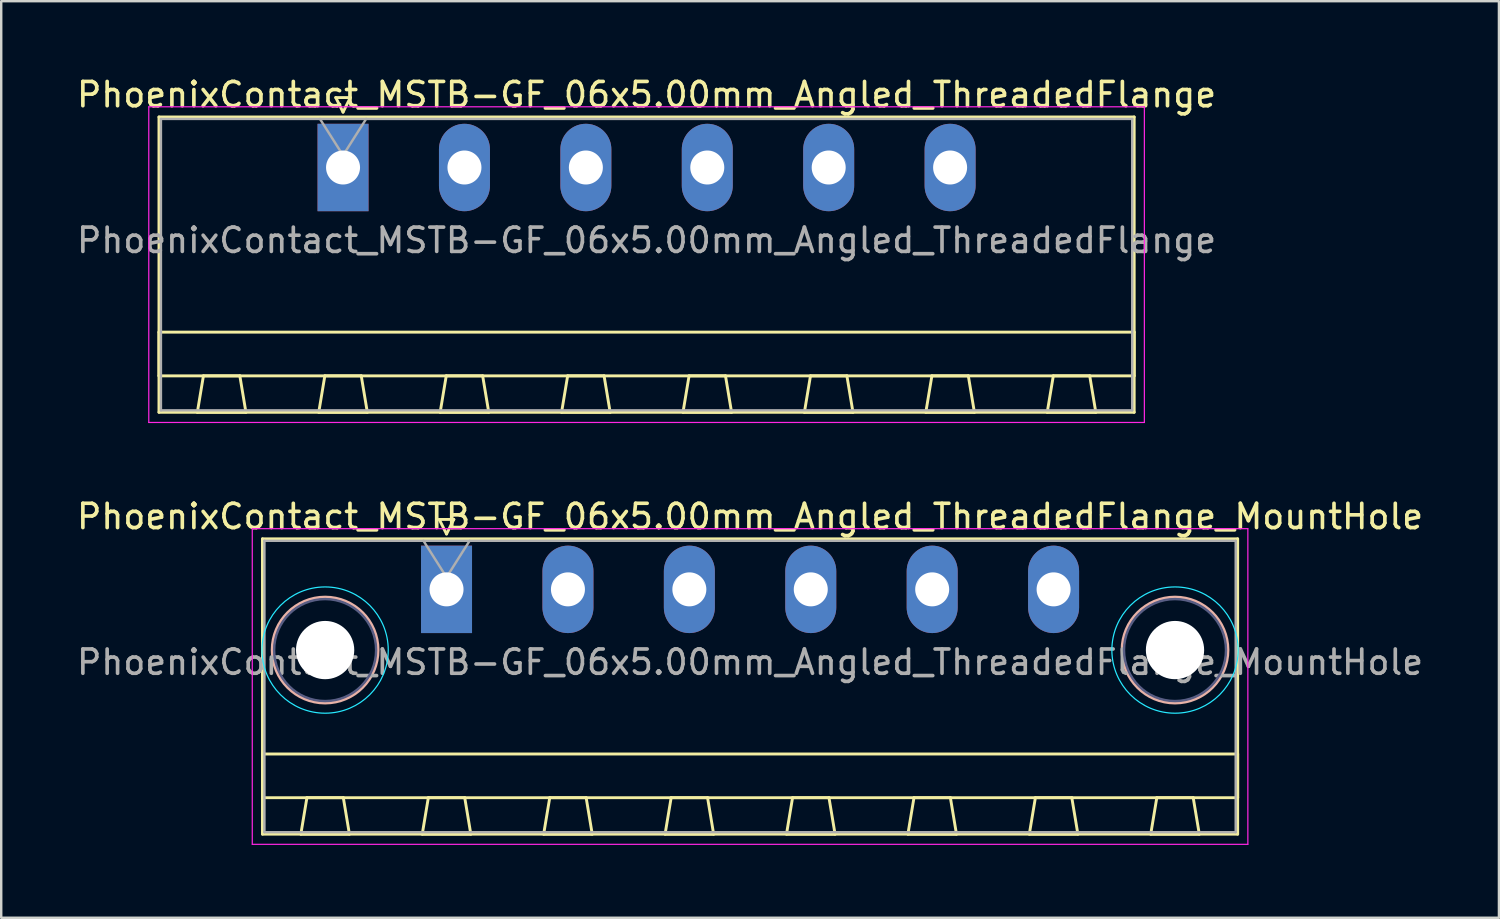
<source format=kicad_pcb>
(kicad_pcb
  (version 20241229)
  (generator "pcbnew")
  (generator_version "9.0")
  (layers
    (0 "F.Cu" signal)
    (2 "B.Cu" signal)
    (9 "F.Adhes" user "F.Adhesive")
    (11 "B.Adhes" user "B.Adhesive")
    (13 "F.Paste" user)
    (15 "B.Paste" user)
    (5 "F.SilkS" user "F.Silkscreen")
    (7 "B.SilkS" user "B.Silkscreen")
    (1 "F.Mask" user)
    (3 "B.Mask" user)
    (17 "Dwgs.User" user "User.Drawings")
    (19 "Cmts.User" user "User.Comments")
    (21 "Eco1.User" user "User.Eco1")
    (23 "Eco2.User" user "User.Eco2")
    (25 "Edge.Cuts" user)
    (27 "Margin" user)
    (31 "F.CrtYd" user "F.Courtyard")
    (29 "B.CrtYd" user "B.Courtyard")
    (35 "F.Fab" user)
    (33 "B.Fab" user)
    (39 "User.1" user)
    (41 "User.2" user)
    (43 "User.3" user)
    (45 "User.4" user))
  (footprint "PhoenixContact_MSTB-GF_06x5.00mm_Angled_ThreadedFlange_MountHole"
    (layer "F.Cu")
    (at 15.339 21.221)
    (property "Reference" "PhoenixContact_MSTB-GF_06x5.00mm_Angled_ThreadedFlange_MountHole" (at 12.5 -3 0) (layer "F.SilkS") (effects (font (size 1 1) (thickness 0.15))))
    (attr through_hole)
    (fp_line (start -7.58 -2.08) (end -7.58 10.08) (stroke (width 0.12) (type solid)) (layer "F.SilkS"))
    (fp_line (start -7.58 6.78) (end 32.58 6.78) (stroke (width 0.12) (type solid)) (layer "F.SilkS"))
    (fp_line (start -7.58 8.58) (end -7.58 6.78) (stroke (width 0.12) (type solid)) (layer "F.SilkS"))
    (fp_line (start -7.58 10.08) (end 32.58 10.08) (stroke (width 0.12) (type solid)) (layer "F.SilkS"))
    (fp_line (start -6 10.08) (end -4 10.08) (stroke (width 0.12) (type solid)) (layer "F.SilkS"))
    (fp_line (start -5.75 8.58) (end -6 10.08) (stroke (width 0.12) (type solid)) (layer "F.SilkS"))
    (fp_line (start -4.25 8.58) (end -5.75 8.58) (stroke (width 0.12) (type solid)) (layer "F.SilkS"))
    (fp_line (start -4 10.08) (end -4.25 8.58) (stroke (width 0.12) (type solid)) (layer "F.SilkS"))
    (fp_line (start -1 10.08) (end 1 10.08) (stroke (width 0.12) (type solid)) (layer "F.SilkS"))
    (fp_line (start -0.75 8.58) (end -1 10.08) (stroke (width 0.12) (type solid)) (layer "F.SilkS"))
    (fp_line (start -0.3 -2.88) (end 0.3 -2.88) (stroke (width 0.12) (type solid)) (layer "F.SilkS"))
    (fp_line (start 0 -2.28) (end -0.3 -2.88) (stroke (width 0.12) (type solid)) (layer "F.SilkS"))
    (fp_line (start 0.3 -2.88) (end 0 -2.28) (stroke (width 0.12) (type solid)) (layer "F.SilkS"))
    (fp_line (start 0.75 8.58) (end -0.75 8.58) (stroke (width 0.12) (type solid)) (layer "F.SilkS"))
    (fp_line (start 1 10.08) (end 0.75 8.58) (stroke (width 0.12) (type solid)) (layer "F.SilkS"))
    (fp_line (start 4 10.08) (end 6 10.08) (stroke (width 0.12) (type solid)) (layer "F.SilkS"))
    (fp_line (start 4.25 8.58) (end 4 10.08) (stroke (width 0.12) (type solid)) (layer "F.SilkS"))
    (fp_line (start 5.75 8.58) (end 4.25 8.58) (stroke (width 0.12) (type solid)) (layer "F.SilkS"))
    (fp_line (start 6 10.08) (end 5.75 8.58) (stroke (width 0.12) (type solid)) (layer "F.SilkS"))
    (fp_line (start 9 10.08) (end 11 10.08) (stroke (width 0.12) (type solid)) (layer "F.SilkS"))
    (fp_line (start 9.25 8.58) (end 9 10.08) (stroke (width 0.12) (type solid)) (layer "F.SilkS"))
    (fp_line (start 10.75 8.58) (end 9.25 8.58) (stroke (width 0.12) (type solid)) (layer "F.SilkS"))
    (fp_line (start 11 10.08) (end 10.75 8.58) (stroke (width 0.12) (type solid)) (layer "F.SilkS"))
    (fp_line (start 14 10.08) (end 16 10.08) (stroke (width 0.12) (type solid)) (layer "F.SilkS"))
    (fp_line (start 14.25 8.58) (end 14 10.08) (stroke (width 0.12) (type solid)) (layer "F.SilkS"))
    (fp_line (start 15.75 8.58) (end 14.25 8.58) (stroke (width 0.12) (type solid)) (layer "F.SilkS"))
    (fp_line (start 16 10.08) (end 15.75 8.58) (stroke (width 0.12) (type solid)) (layer "F.SilkS"))
    (fp_line (start 19 10.08) (end 21 10.08) (stroke (width 0.12) (type solid)) (layer "F.SilkS"))
    (fp_line (start 19.25 8.58) (end 19 10.08) (stroke (width 0.12) (type solid)) (layer "F.SilkS"))
    (fp_line (start 20.75 8.58) (end 19.25 8.58) (stroke (width 0.12) (type solid)) (layer "F.SilkS"))
    (fp_line (start 21 10.08) (end 20.75 8.58) (stroke (width 0.12) (type solid)) (layer "F.SilkS"))
    (fp_line (start 24 10.08) (end 26 10.08) (stroke (width 0.12) (type solid)) (layer "F.SilkS"))
    (fp_line (start 24.25 8.58) (end 24 10.08) (stroke (width 0.12) (type solid)) (layer "F.SilkS"))
    (fp_line (start 25.75 8.58) (end 24.25 8.58) (stroke (width 0.12) (type solid)) (layer "F.SilkS"))
    (fp_line (start 26 10.08) (end 25.75 8.58) (stroke (width 0.12) (type solid)) (layer "F.SilkS"))
    (fp_line (start 29 10.08) (end 31 10.08) (stroke (width 0.12) (type solid)) (layer "F.SilkS"))
    (fp_line (start 29.25 8.58) (end 29 10.08) (stroke (width 0.12) (type solid)) (layer "F.SilkS"))
    (fp_line (start 30.75 8.58) (end 29.25 8.58) (stroke (width 0.12) (type solid)) (layer "F.SilkS"))
    (fp_line (start 31 10.08) (end 30.75 8.58) (stroke (width 0.12) (type solid)) (layer "F.SilkS"))
    (fp_line (start 32.58 -2.08) (end -7.58 -2.08) (stroke (width 0.12) (type solid)) (layer "F.SilkS"))
    (fp_line (start 32.58 6.78) (end 32.58 8.58) (stroke (width 0.12) (type solid)) (layer "F.SilkS"))
    (fp_line (start 32.58 8.58) (end -7.58 8.58) (stroke (width 0.12) (type solid)) (layer "F.SilkS"))
    (fp_line (start 32.58 10.08) (end 32.58 -2.08) (stroke (width 0.12) (type solid)) (layer "F.SilkS"))
    (fp_circle (center -5 2.5) (end -2.82 2.5) (stroke (width 0.12) (type solid)) (fill no) (layer "B.SilkS"))
    (fp_circle (center 30 2.5) (end 32.18 2.5) (stroke (width 0.12) (type solid)) (fill no) (layer "B.SilkS"))
    (fp_circle (center -5 2.5) (end -2.4 2.5) (stroke (width 0.05) (type solid)) (fill no) (layer "B.CrtYd"))
    (fp_circle (center 30 2.5) (end 32.6 2.5) (stroke (width 0.05) (type solid)) (fill no) (layer "B.CrtYd"))
    (fp_line (start -8 -2.5) (end -8 10.5) (stroke (width 0.05) (type solid)) (layer "F.CrtYd"))
    (fp_line (start -8 10.5) (end 33 10.5) (stroke (width 0.05) (type solid)) (layer "F.CrtYd"))
    (fp_line (start 33 -2.5) (end -8 -2.5) (stroke (width 0.05) (type solid)) (layer "F.CrtYd"))
    (fp_line (start 33 10.5) (end 33 -2.5) (stroke (width 0.05) (type solid)) (layer "F.CrtYd"))
    (fp_circle (center -5 2.5) (end -2.9 2.5) (stroke (width 0.1) (type solid)) (fill no) (layer "B.Fab"))
    (fp_circle (center 30 2.5) (end 32.1 2.5) (stroke (width 0.1) (type solid)) (fill no) (layer "B.Fab"))
    (fp_line (start -7.5 -2) (end -7.5 10) (stroke (width 0.1) (type solid)) (layer "F.Fab"))
    (fp_line (start -7.5 10) (end 32.5 10) (stroke (width 0.1) (type solid)) (layer "F.Fab"))
    (fp_line (start 0 -0.5) (end -0.95 -2) (stroke (width 0.1) (type solid)) (layer "F.Fab"))
    (fp_line (start 0.95 -2) (end 0 -0.5) (stroke (width 0.1) (type solid)) (layer "F.Fab"))
    (fp_line (start 32.5 -2) (end -7.5 -2) (stroke (width 0.1) (type solid)) (layer "F.Fab"))
    (fp_line (start 32.5 10) (end 32.5 -2) (stroke (width 0.1) (type solid)) (layer "F.Fab"))
    (fp_text user "${REFERENCE}" (at 12.5 3 0) (layer "F.Fab") (effects (font (size 1 1) (thickness 0.15))))
    (pad "" np_thru_hole circle (at -5 2.5) (size 2.4 2.4) (drill 2.4) (layers "*.Cu" "*.Mask"))
    (pad "" np_thru_hole circle (at 30 2.5) (size 2.4 2.4) (drill 2.4) (layers "*.Cu" "*.Mask"))
    (pad "1" thru_hole rect (at 0 0) (size 2.1 3.6) (drill 1.4) (layers "*.Cu" "*.Mask"))
    (pad "2" thru_hole oval (at 5 0) (size 2.1 3.6) (drill 1.4) (layers "*.Cu" "*.Mask"))
    (pad "3" thru_hole oval (at 10 0) (size 2.1 3.6) (drill 1.4) (layers "*.Cu" "*.Mask"))
    (pad "4" thru_hole oval (at 15 0) (size 2.1 3.6) (drill 1.4) (layers "*.Cu" "*.Mask"))
    (pad "5" thru_hole oval (at 20 0) (size 2.1 3.6) (drill 1.4) (layers "*.Cu" "*.Mask"))
    (pad "6" thru_hole oval (at 25 0) (size 2.1 3.6) (drill 1.4) (layers "*.Cu" "*.Mask")))
  (footprint "PhoenixContact_MSTB-GF_06x5.00mm_Angled_ThreadedFlange"
    (layer "F.Cu")
    (at 11.077 3.848)
    (property "Reference" "PhoenixContact_MSTB-GF_06x5.00mm_Angled_ThreadedFlange" (at 12.5 -3 0) (layer "F.SilkS") (effects (font (size 1 1) (thickness 0.15))))
    (attr through_hole)
    (fp_line (start -7.58 -2.08) (end -7.58 10.08) (stroke (width 0.12) (type solid)) (layer "F.SilkS"))
    (fp_line (start -7.58 6.78) (end 32.58 6.78) (stroke (width 0.12) (type solid)) (layer "F.SilkS"))
    (fp_line (start -7.58 8.58) (end -7.58 6.78) (stroke (width 0.12) (type solid)) (layer "F.SilkS"))
    (fp_line (start -7.58 10.08) (end 32.58 10.08) (stroke (width 0.12) (type solid)) (layer "F.SilkS"))
    (fp_line (start -6 10.08) (end -4 10.08) (stroke (width 0.12) (type solid)) (layer "F.SilkS"))
    (fp_line (start -5.75 8.58) (end -6 10.08) (stroke (width 0.12) (type solid)) (layer "F.SilkS"))
    (fp_line (start -4.25 8.58) (end -5.75 8.58) (stroke (width 0.12) (type solid)) (layer "F.SilkS"))
    (fp_line (start -4 10.08) (end -4.25 8.58) (stroke (width 0.12) (type solid)) (layer "F.SilkS"))
    (fp_line (start -1 10.08) (end 1 10.08) (stroke (width 0.12) (type solid)) (layer "F.SilkS"))
    (fp_line (start -0.75 8.58) (end -1 10.08) (stroke (width 0.12) (type solid)) (layer "F.SilkS"))
    (fp_line (start -0.3 -2.88) (end 0.3 -2.88) (stroke (width 0.12) (type solid)) (layer "F.SilkS"))
    (fp_line (start 0 -2.28) (end -0.3 -2.88) (stroke (width 0.12) (type solid)) (layer "F.SilkS"))
    (fp_line (start 0.3 -2.88) (end 0 -2.28) (stroke (width 0.12) (type solid)) (layer "F.SilkS"))
    (fp_line (start 0.75 8.58) (end -0.75 8.58) (stroke (width 0.12) (type solid)) (layer "F.SilkS"))
    (fp_line (start 1 10.08) (end 0.75 8.58) (stroke (width 0.12) (type solid)) (layer "F.SilkS"))
    (fp_line (start 4 10.08) (end 6 10.08) (stroke (width 0.12) (type solid)) (layer "F.SilkS"))
    (fp_line (start 4.25 8.58) (end 4 10.08) (stroke (width 0.12) (type solid)) (layer "F.SilkS"))
    (fp_line (start 5.75 8.58) (end 4.25 8.58) (stroke (width 0.12) (type solid)) (layer "F.SilkS"))
    (fp_line (start 6 10.08) (end 5.75 8.58) (stroke (width 0.12) (type solid)) (layer "F.SilkS"))
    (fp_line (start 9 10.08) (end 11 10.08) (stroke (width 0.12) (type solid)) (layer "F.SilkS"))
    (fp_line (start 9.25 8.58) (end 9 10.08) (stroke (width 0.12) (type solid)) (layer "F.SilkS"))
    (fp_line (start 10.75 8.58) (end 9.25 8.58) (stroke (width 0.12) (type solid)) (layer "F.SilkS"))
    (fp_line (start 11 10.08) (end 10.75 8.58) (stroke (width 0.12) (type solid)) (layer "F.SilkS"))
    (fp_line (start 14 10.08) (end 16 10.08) (stroke (width 0.12) (type solid)) (layer "F.SilkS"))
    (fp_line (start 14.25 8.58) (end 14 10.08) (stroke (width 0.12) (type solid)) (layer "F.SilkS"))
    (fp_line (start 15.75 8.58) (end 14.25 8.58) (stroke (width 0.12) (type solid)) (layer "F.SilkS"))
    (fp_line (start 16 10.08) (end 15.75 8.58) (stroke (width 0.12) (type solid)) (layer "F.SilkS"))
    (fp_line (start 19 10.08) (end 21 10.08) (stroke (width 0.12) (type solid)) (layer "F.SilkS"))
    (fp_line (start 19.25 8.58) (end 19 10.08) (stroke (width 0.12) (type solid)) (layer "F.SilkS"))
    (fp_line (start 20.75 8.58) (end 19.25 8.58) (stroke (width 0.12) (type solid)) (layer "F.SilkS"))
    (fp_line (start 21 10.08) (end 20.75 8.58) (stroke (width 0.12) (type solid)) (layer "F.SilkS"))
    (fp_line (start 24 10.08) (end 26 10.08) (stroke (width 0.12) (type solid)) (layer "F.SilkS"))
    (fp_line (start 24.25 8.58) (end 24 10.08) (stroke (width 0.12) (type solid)) (layer "F.SilkS"))
    (fp_line (start 25.75 8.58) (end 24.25 8.58) (stroke (width 0.12) (type solid)) (layer "F.SilkS"))
    (fp_line (start 26 10.08) (end 25.75 8.58) (stroke (width 0.12) (type solid)) (layer "F.SilkS"))
    (fp_line (start 29 10.08) (end 31 10.08) (stroke (width 0.12) (type solid)) (layer "F.SilkS"))
    (fp_line (start 29.25 8.58) (end 29 10.08) (stroke (width 0.12) (type solid)) (layer "F.SilkS"))
    (fp_line (start 30.75 8.58) (end 29.25 8.58) (stroke (width 0.12) (type solid)) (layer "F.SilkS"))
    (fp_line (start 31 10.08) (end 30.75 8.58) (stroke (width 0.12) (type solid)) (layer "F.SilkS"))
    (fp_line (start 32.58 -2.08) (end -7.58 -2.08) (stroke (width 0.12) (type solid)) (layer "F.SilkS"))
    (fp_line (start 32.58 6.78) (end 32.58 8.58) (stroke (width 0.12) (type solid)) (layer "F.SilkS"))
    (fp_line (start 32.58 8.58) (end -7.58 8.58) (stroke (width 0.12) (type solid)) (layer "F.SilkS"))
    (fp_line (start 32.58 10.08) (end 32.58 -2.08) (stroke (width 0.12) (type solid)) (layer "F.SilkS"))
    (fp_line (start -8 -2.5) (end -8 10.5) (stroke (width 0.05) (type solid)) (layer "F.CrtYd"))
    (fp_line (start -8 10.5) (end 33 10.5) (stroke (width 0.05) (type solid)) (layer "F.CrtYd"))
    (fp_line (start 33 -2.5) (end -8 -2.5) (stroke (width 0.05) (type solid)) (layer "F.CrtYd"))
    (fp_line (start 33 10.5) (end 33 -2.5) (stroke (width 0.05) (type solid)) (layer "F.CrtYd"))
    (fp_line (start -7.5 -2) (end -7.5 10) (stroke (width 0.1) (type solid)) (layer "F.Fab"))
    (fp_line (start -7.5 10) (end 32.5 10) (stroke (width 0.1) (type solid)) (layer "F.Fab"))
    (fp_line (start 0 -0.5) (end -0.95 -2) (stroke (width 0.1) (type solid)) (layer "F.Fab"))
    (fp_line (start 0.95 -2) (end 0 -0.5) (stroke (width 0.1) (type solid)) (layer "F.Fab"))
    (fp_line (start 32.5 -2) (end -7.5 -2) (stroke (width 0.1) (type solid)) (layer "F.Fab"))
    (fp_line (start 32.5 10) (end 32.5 -2) (stroke (width 0.1) (type solid)) (layer "F.Fab"))
    (fp_text user "${REFERENCE}" (at 12.5 3 0) (layer "F.Fab") (effects (font (size 1 1) (thickness 0.15))))
    (pad "1" thru_hole rect (at 0 0) (size 2.1 3.6) (drill 1.4) (layers "*.Cu" "*.Mask"))
    (pad "2" thru_hole oval (at 5 0) (size 2.1 3.6) (drill 1.4) (layers "*.Cu" "*.Mask"))
    (pad "3" thru_hole oval (at 10 0) (size 2.1 3.6) (drill 1.4) (layers "*.Cu" "*.Mask"))
    (pad "4" thru_hole oval (at 15 0) (size 2.1 3.6) (drill 1.4) (layers "*.Cu" "*.Mask"))
    (pad "5" thru_hole oval (at 20 0) (size 2.1 3.6) (drill 1.4) (layers "*.Cu" "*.Mask"))
    (pad "6" thru_hole oval (at 25 0) (size 2.1 3.6) (drill 1.4) (layers "*.Cu" "*.Mask")))
  (gr_rect
    (start -3 -3)
    (end 58.679 34.746)
    (stroke (width 0.1) (type default))
    (fill no)
    (layer "Edge.Cuts")))
</source>
